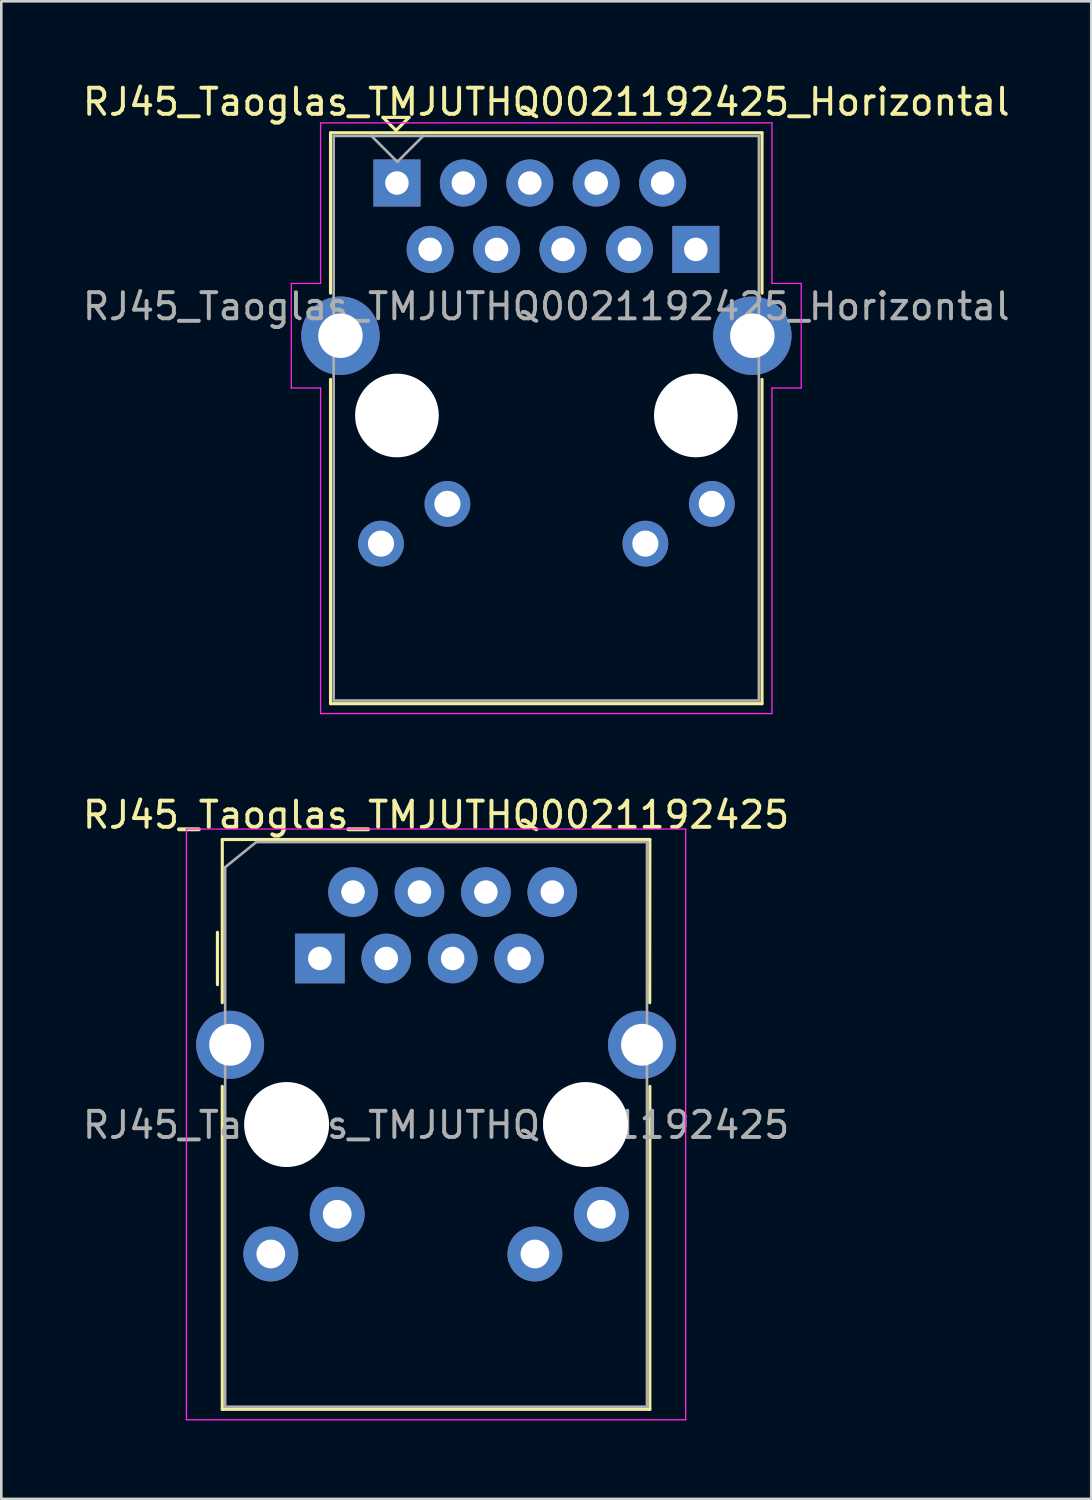
<source format=kicad_pcb>
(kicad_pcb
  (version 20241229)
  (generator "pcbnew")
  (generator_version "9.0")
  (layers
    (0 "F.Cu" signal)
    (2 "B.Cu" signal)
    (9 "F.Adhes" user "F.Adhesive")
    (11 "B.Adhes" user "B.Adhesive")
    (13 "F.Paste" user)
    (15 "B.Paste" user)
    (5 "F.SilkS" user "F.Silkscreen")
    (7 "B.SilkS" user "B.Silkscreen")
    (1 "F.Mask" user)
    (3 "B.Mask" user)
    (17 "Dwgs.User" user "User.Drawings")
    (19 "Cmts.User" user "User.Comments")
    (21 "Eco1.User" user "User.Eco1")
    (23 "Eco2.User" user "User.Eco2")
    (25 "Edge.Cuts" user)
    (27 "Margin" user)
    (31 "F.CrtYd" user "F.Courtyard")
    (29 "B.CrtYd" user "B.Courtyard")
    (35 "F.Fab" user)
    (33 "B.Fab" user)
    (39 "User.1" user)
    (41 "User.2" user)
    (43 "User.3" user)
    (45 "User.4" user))
  (footprint "RJ45_Taoglas_TMJUTHQ0021192425"
    (layer "F.Cu")
    (at 13.625 39.952)
    (property "Reference" "RJ45_Taoglas_TMJUTHQ0021192425" (at 0 -11.84 0) (layer "F.SilkS") (effects (font (size 1 1) (thickness 0.15))))
    (attr through_hole)
    (fp_line (start -8.36 -7.35) (end -8.36 -5.35) (stroke (width 0.12) (type solid)) (layer "F.SilkS"))
    (fp_line (start -8.175 -10.9) (end 8.175 -10.9) (stroke (width 0.12) (type solid)) (layer "F.SilkS"))
    (fp_line (start -8.175 -4.66) (end -8.175 -10.9) (stroke (width 0.12) (type solid)) (layer "F.SilkS"))
    (fp_line (start -8.175 10.89) (end -8.175 -1.46) (stroke (width 0.12) (type solid)) (layer "F.SilkS"))
    (fp_line (start 8.175 -10.9) (end 8.17 -4.66) (stroke (width 0.12) (type solid)) (layer "F.SilkS"))
    (fp_line (start 8.175 -1.46) (end 8.175 10.89) (stroke (width 0.12) (type solid)) (layer "F.SilkS"))
    (fp_line (start 8.175 10.89) (end -8.175 10.89) (stroke (width 0.12) (type solid)) (layer "F.SilkS"))
    (fp_line (start -9.545 -11.3) (end -9.545 11.29) (stroke (width 0.05) (type solid)) (layer "F.CrtYd"))
    (fp_line (start -9.545 11.29) (end 9.545 11.29) (stroke (width 0.05) (type solid)) (layer "F.CrtYd"))
    (fp_line (start 9.545 -11.3) (end -9.545 -11.3) (stroke (width 0.05) (type solid)) (layer "F.CrtYd"))
    (fp_line (start 9.545 11.29) (end 9.545 -11.3) (stroke (width 0.05) (type solid)) (layer "F.CrtYd"))
    (fp_line (start -8.065 -9.84) (end -6.88 -10.8) (stroke (width 0.1) (type solid)) (layer "F.Fab"))
    (fp_line (start -8.065 10.79) (end -8.065 -9.84) (stroke (width 0.1) (type solid)) (layer "F.Fab"))
    (fp_line (start -6.88 -10.8) (end 8.065 -10.8) (stroke (width 0.1) (type solid)) (layer "F.Fab"))
    (fp_line (start 8.065 -10.8) (end 8.065 10.79) (stroke (width 0.1) (type solid)) (layer "F.Fab"))
    (fp_line (start 8.065 10.79) (end -8.065 10.79) (stroke (width 0.1) (type solid)) (layer "F.Fab"))
    (fp_text user "${REFERENCE}" (at 0 0.02 0) (layer "F.Fab") (effects (font (size 1 1) (thickness 0.15))))
    (pad "" np_thru_hole circle (at -5.715 0) (size 3.25 3.25) (drill 3.25) (layers "*.Cu" "*.Mask"))
    (pad "" np_thru_hole circle (at 5.715 0) (size 3.25 3.25) (drill 3.25) (layers "*.Cu" "*.Mask"))
    (pad "1" thru_hole rect (at -4.445 -6.35) (size 1.9 1.9) (drill 0.9) (layers "*.Cu" "*.Mask"))
    (pad "2" thru_hole circle (at -3.175 -8.89) (size 1.9 1.9) (drill 0.9) (layers "*.Cu" "*.Mask"))
    (pad "3" thru_hole circle (at -1.905 -6.35) (size 1.9 1.9) (drill 0.9) (layers "*.Cu" "*.Mask"))
    (pad "4" thru_hole circle (at -0.635 -8.89) (size 1.9 1.9) (drill 0.9) (layers "*.Cu" "*.Mask"))
    (pad "5" thru_hole circle (at 0.635 -6.35) (size 1.9 1.9) (drill 0.9) (layers "*.Cu" "*.Mask"))
    (pad "6" thru_hole circle (at 1.905 -8.89) (size 1.9 1.9) (drill 0.9) (layers "*.Cu" "*.Mask"))
    (pad "7" thru_hole circle (at 3.175 -6.35) (size 1.9 1.9) (drill 0.9) (layers "*.Cu" "*.Mask"))
    (pad "8" thru_hole circle (at 4.445 -8.89) (size 1.9 1.9) (drill 0.9) (layers "*.Cu" "*.Mask"))
    (pad "9" thru_hole circle (at -6.32 4.95) (size 2.1 2.1) (drill 1.1) (layers "*.Cu" "*.Mask"))
    (pad "10" thru_hole circle (at -3.78 3.43) (size 2.1 2.1) (drill 1.1) (layers "*.Cu" "*.Mask"))
    (pad "11" thru_hole circle (at 3.78 4.95) (size 2.1 2.1) (drill 1.1) (layers "*.Cu" "*.Mask"))
    (pad "12" thru_hole circle (at 6.32 3.43) (size 2.1 2.1) (drill 1.1) (layers "*.Cu" "*.Mask"))
    (pad "SH" thru_hole circle (at -7.875 -3.05) (size 2.6 2.6) (drill 1.6) (layers "*.Cu" "*.Mask"))
    (pad "SH" thru_hole circle (at 7.875 -3.05) (size 2.6 2.6) (drill 1.6) (layers "*.Cu" "*.Mask")))
  (footprint "RJ45_Taoglas_TMJUTHQ0021192425_Horizontal"
    (layer "F.Cu")
    (at 17.844 12.838)
    (property "Reference" "RJ45_Taoglas_TMJUTHQ0021192425_Horizontal" (at -0.005 -11.99 0) (layer "F.SilkS") (effects (font (size 1 1) (thickness 0.15))))
    (attr through_hole)
    (fp_line (start -8.255 -10.81) (end -8.255 -4.68) (stroke (width 0.12) (type solid)) (layer "F.SilkS"))
    (fp_line (start -8.255 -10.81) (end 8.245 -10.81) (stroke (width 0.12) (type solid)) (layer "F.SilkS"))
    (fp_line (start -8.255 -1.38) (end -8.255 11.02) (stroke (width 0.12) (type solid)) (layer "F.SilkS"))
    (fp_line (start -8.255 11.02) (end 8.245 11.02) (stroke (width 0.12) (type solid)) (layer "F.SilkS"))
    (fp_line (start -6.25 -11.4) (end -5.75 -10.9) (stroke (width 0.12) (type solid)) (layer "F.SilkS"))
    (fp_line (start -5.75 -10.9) (end -5.25 -11.4) (stroke (width 0.12) (type solid)) (layer "F.SilkS"))
    (fp_line (start -5.25 -11.4) (end -6.25 -11.4) (stroke (width 0.12) (type solid)) (layer "F.SilkS"))
    (fp_line (start 8.245 -10.81) (end 8.245 -4.68) (stroke (width 0.12) (type solid)) (layer "F.SilkS"))
    (fp_line (start 8.245 -1.38) (end 8.245 11.02) (stroke (width 0.12) (type solid)) (layer "F.SilkS"))
    (fp_line (start -9.755 -5.05) (end -9.755 -1.05) (stroke (width 0.05) (type solid)) (layer "F.CrtYd"))
    (fp_line (start -9.755 -1.05) (end -8.635 -1.05) (stroke (width 0.05) (type solid)) (layer "F.CrtYd"))
    (fp_line (start -8.635 -11.19) (end -8.635 -5.05) (stroke (width 0.05) (type solid)) (layer "F.CrtYd"))
    (fp_line (start -8.635 -11.19) (end 8.625 -11.19) (stroke (width 0.05) (type solid)) (layer "F.CrtYd"))
    (fp_line (start -8.635 -5.05) (end -9.755 -5.05) (stroke (width 0.05) (type solid)) (layer "F.CrtYd"))
    (fp_line (start -8.635 -1.05) (end -8.635 11.4) (stroke (width 0.05) (type solid)) (layer "F.CrtYd"))
    (fp_line (start -8.635 11.4) (end 8.625 11.4) (stroke (width 0.05) (type solid)) (layer "F.CrtYd"))
    (fp_line (start 8.625 -11.19) (end 8.625 -5.05) (stroke (width 0.05) (type solid)) (layer "F.CrtYd"))
    (fp_line (start 8.625 -1.05) (end 8.625 11.4) (stroke (width 0.05) (type solid)) (layer "F.CrtYd"))
    (fp_line (start 8.625 -1.05) (end 9.745 -1.05) (stroke (width 0.05) (type solid)) (layer "F.CrtYd"))
    (fp_line (start 9.745 -5.05) (end 8.625 -5.05) (stroke (width 0.05) (type solid)) (layer "F.CrtYd"))
    (fp_line (start 9.745 -5.05) (end 9.745 -1.05) (stroke (width 0.05) (type solid)) (layer "F.CrtYd"))
    (fp_line (start -8.135 -10.69) (end 8.125 -10.69) (stroke (width 0.1) (type solid)) (layer "F.Fab"))
    (fp_line (start -8.135 10.9) (end -8.135 -10.69) (stroke (width 0.1) (type solid)) (layer "F.Fab"))
    (fp_line (start -5.7 -9.7) (end -6.7 -10.7) (stroke (width 0.1) (type default)) (layer "F.Fab"))
    (fp_line (start -4.7 -10.7) (end -5.7 -9.7) (stroke (width 0.1) (type default)) (layer "F.Fab"))
    (fp_line (start 8.125 -10.69) (end 8.125 10.9) (stroke (width 0.1) (type solid)) (layer "F.Fab"))
    (fp_line (start 8.125 10.9) (end -8.135 10.9) (stroke (width 0.1) (type solid)) (layer "F.Fab"))
    (fp_text user "${REFERENCE}" (at -0.005 -4.17 0) (layer "F.Fab") (effects (font (size 1 1) (thickness 0.15))))
    (pad "" np_thru_hole circle (at -5.715 0) (size 3.2 3.2) (drill 3.2) (layers "*.Cu" "*.Mask"))
    (pad "" np_thru_hole circle (at 5.715 0) (size 3.2 3.2) (drill 3.2) (layers "*.Cu" "*.Mask"))
    (pad "1" thru_hole rect (at -5.715 -8.89) (size 1.8 1.8) (drill 0.9) (layers "*.Cu" "*.Mask"))
    (pad "2" thru_hole circle (at -4.445 -6.35) (size 1.8 1.8) (drill 0.9) (layers "*.Cu" "*.Mask"))
    (pad "3" thru_hole circle (at -3.175 -8.89) (size 1.8 1.8) (drill 0.9) (layers "*.Cu" "*.Mask"))
    (pad "4" thru_hole circle (at -1.905 -6.35) (size 1.8 1.8) (drill 0.9) (layers "*.Cu" "*.Mask"))
    (pad "5" thru_hole circle (at -0.635 -8.89) (size 1.8 1.8) (drill 0.9) (layers "*.Cu" "*.Mask"))
    (pad "6" thru_hole circle (at 0.635 -6.35) (size 1.8 1.8) (drill 0.9) (layers "*.Cu" "*.Mask"))
    (pad "7" thru_hole circle (at 1.905 -8.89) (size 1.8 1.8) (drill 0.9) (layers "*.Cu" "*.Mask"))
    (pad "8" thru_hole circle (at 3.175 -6.35) (size 1.8 1.8) (drill 0.9) (layers "*.Cu" "*.Mask"))
    (pad "9" thru_hole circle (at 4.445 -8.89) (size 1.8 1.8) (drill 0.9) (layers "*.Cu" "*.Mask"))
    (pad "10" thru_hole rect (at 5.715 -6.35) (size 1.8 1.8) (drill 0.9) (layers "*.Cu" "*.Mask"))
    (pad "11" thru_hole circle (at -6.325 4.9) (size 1.75 1.75) (drill 1) (layers "*.Cu" "*.Mask"))
    (pad "12" thru_hole circle (at -3.785 3.38) (size 1.75 1.75) (drill 1) (layers "*.Cu" "*.Mask"))
    (pad "13" thru_hole circle (at 3.785 4.9) (size 1.75 1.75) (drill 1) (layers "*.Cu" "*.Mask"))
    (pad "14" thru_hole circle (at 6.325 3.38) (size 1.75 1.75) (drill 1) (layers "*.Cu" "*.Mask"))
    (pad "SH" thru_hole circle (at -7.875 -3.05) (size 3 3) (drill 1.7) (layers "*.Cu" "*.Mask"))
    (pad "SH" thru_hole circle (at 7.875 -3.05) (size 3 3) (drill 1.7) (layers "*.Cu" "*.Mask")))
  (gr_rect
    (start -3 -3)
    (end 38.679 54.267)
    (stroke (width 0.1) (type default))
    (fill no)
    (layer "Edge.Cuts")))
</source>
